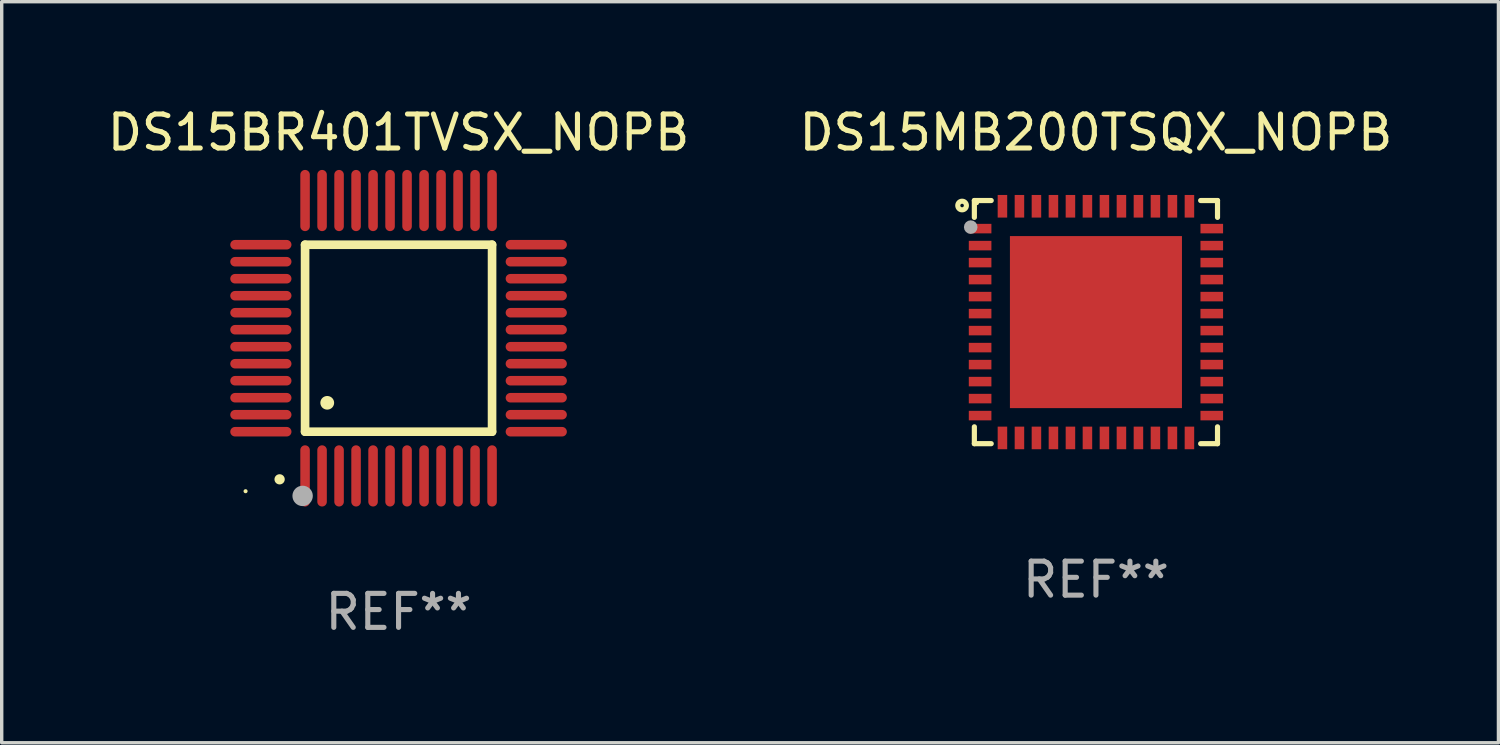
<source format=kicad_pcb>
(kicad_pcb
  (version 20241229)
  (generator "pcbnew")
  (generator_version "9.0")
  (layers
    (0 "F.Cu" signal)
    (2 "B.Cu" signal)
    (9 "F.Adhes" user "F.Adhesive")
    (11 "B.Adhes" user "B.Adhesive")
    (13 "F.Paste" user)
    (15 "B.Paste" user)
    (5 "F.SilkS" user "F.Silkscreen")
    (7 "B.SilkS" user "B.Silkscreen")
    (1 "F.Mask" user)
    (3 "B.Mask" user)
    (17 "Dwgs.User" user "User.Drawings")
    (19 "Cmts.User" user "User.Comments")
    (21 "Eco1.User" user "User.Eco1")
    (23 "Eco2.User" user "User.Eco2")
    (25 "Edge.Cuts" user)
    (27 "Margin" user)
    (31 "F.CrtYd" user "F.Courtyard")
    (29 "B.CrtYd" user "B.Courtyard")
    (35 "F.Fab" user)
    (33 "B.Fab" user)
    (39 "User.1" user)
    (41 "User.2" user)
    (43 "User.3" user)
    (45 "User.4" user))
  (footprint "DS15BR401TVSX_NOPB"
    (layer "F.Cu")
    (at 8.673 6.898)
    (property "Reference" "DS15BR401TVSX_NOPB" (at 0 -6.05 0) (layer "F.SilkS") (effects (font (size 1 1) (thickness 0.15))))
    (attr through_hole)
    (fp_line (start -2.75 -2.75) (end 2.75 -2.75) (stroke (width 0.254) (type solid)) (layer "F.SilkS"))
    (fp_line (start -2.75 2.75) (end -2.75 -2.75) (stroke (width 0.254) (type solid)) (layer "F.SilkS"))
    (fp_line (start 2.75 -2.75) (end 2.75 2.75) (stroke (width 0.254) (type solid)) (layer "F.SilkS"))
    (fp_line (start 2.75 2.75) (end -2.75 2.75) (stroke (width 0.254) (type solid)) (layer "F.SilkS"))
    (fp_arc (start -3.500127 4.150368) (mid -3.498857 4.150363) (end -3.497587 4.150368) (stroke (width 0.3) (type solid)) (layer "F.SilkS"))
    (fp_arc (start -2.100584 1.899924) (mid -2.098044 1.899908) (end -2.095504 1.899924) (stroke (width 0.4) (type solid)) (layer "F.SilkS"))
    (fp_circle (center -4.5 4.5) (end -4.47 4.5) (stroke (width 0.06) (type solid)) (fill no) (layer "F.SilkS"))
    (fp_circle (center -2.822 4.638) (end -2.672 4.638) (stroke (width 0.3) (type solid)) (fill no) (layer "F.Fab"))
    (fp_text user "REF**" (at 0 8.05 0) (layer "F.Fab") (effects (font (size 1 1) (thickness 0.15))))
    (pad "1" smd oval (at -2.75 4.05) (size 0.28 1.8) (layers "F.Cu" "F.Mask" "F.Paste"))
    (pad "2" smd oval (at -2.25 4.05) (size 0.28 1.8) (layers "F.Cu" "F.Mask" "F.Paste"))
    (pad "3" smd oval (at -1.75 4.05) (size 0.28 1.8) (layers "F.Cu" "F.Mask" "F.Paste"))
    (pad "4" smd oval (at -1.25 4.05) (size 0.28 1.8) (layers "F.Cu" "F.Mask" "F.Paste"))
    (pad "5" smd oval (at -0.75 4.05) (size 0.28 1.8) (layers "F.Cu" "F.Mask" "F.Paste"))
    (pad "6" smd oval (at -0.25 4.05) (size 0.28 1.8) (layers "F.Cu" "F.Mask" "F.Paste"))
    (pad "7" smd oval (at 0.25 4.05) (size 0.28 1.8) (layers "F.Cu" "F.Mask" "F.Paste"))
    (pad "8" smd oval (at 0.75 4.05) (size 0.28 1.8) (layers "F.Cu" "F.Mask" "F.Paste"))
    (pad "9" smd oval (at 1.25 4.05) (size 0.28 1.8) (layers "F.Cu" "F.Mask" "F.Paste"))
    (pad "10" smd oval (at 1.75 4.05) (size 0.28 1.8) (layers "F.Cu" "F.Mask" "F.Paste"))
    (pad "11" smd oval (at 2.25 4.05) (size 0.28 1.8) (layers "F.Cu" "F.Mask" "F.Paste"))
    (pad "12" smd oval (at 2.75 4.05) (size 0.28 1.8) (layers "F.Cu" "F.Mask" "F.Paste"))
    (pad "13" smd oval (at 4.05 2.75) (size 1.8 0.28) (layers "F.Cu" "F.Mask" "F.Paste"))
    (pad "14" smd oval (at 4.05 2.25) (size 1.8 0.28) (layers "F.Cu" "F.Mask" "F.Paste"))
    (pad "15" smd oval (at 4.05 1.75) (size 1.8 0.28) (layers "F.Cu" "F.Mask" "F.Paste"))
    (pad "16" smd oval (at 4.05 1.25) (size 1.8 0.28) (layers "F.Cu" "F.Mask" "F.Paste"))
    (pad "17" smd oval (at 4.05 0.75) (size 1.8 0.28) (layers "F.Cu" "F.Mask" "F.Paste"))
    (pad "18" smd oval (at 4.05 0.25) (size 1.8 0.28) (layers "F.Cu" "F.Mask" "F.Paste"))
    (pad "19" smd oval (at 4.05 -0.25) (size 1.8 0.28) (layers "F.Cu" "F.Mask" "F.Paste"))
    (pad "20" smd oval (at 4.05 -0.75) (size 1.8 0.28) (layers "F.Cu" "F.Mask" "F.Paste"))
    (pad "21" smd oval (at 4.05 -1.25) (size 1.8 0.28) (layers "F.Cu" "F.Mask" "F.Paste"))
    (pad "22" smd oval (at 4.05 -1.75) (size 1.8 0.28) (layers "F.Cu" "F.Mask" "F.Paste"))
    (pad "23" smd oval (at 4.05 -2.25) (size 1.8 0.28) (layers "F.Cu" "F.Mask" "F.Paste"))
    (pad "24" smd oval (at 4.05 -2.75) (size 1.8 0.28) (layers "F.Cu" "F.Mask" "F.Paste"))
    (pad "25" smd oval (at 2.75 -4.05) (size 0.28 1.8) (layers "F.Cu" "F.Mask" "F.Paste"))
    (pad "26" smd oval (at 2.25 -4.05) (size 0.28 1.8) (layers "F.Cu" "F.Mask" "F.Paste"))
    (pad "27" smd oval (at 1.75 -4.05) (size 0.28 1.8) (layers "F.Cu" "F.Mask" "F.Paste"))
    (pad "28" smd oval (at 1.25 -4.05) (size 0.28 1.8) (layers "F.Cu" "F.Mask" "F.Paste"))
    (pad "29" smd oval (at 0.75 -4.05) (size 0.28 1.8) (layers "F.Cu" "F.Mask" "F.Paste"))
    (pad "30" smd oval (at 0.25 -4.05) (size 0.28 1.8) (layers "F.Cu" "F.Mask" "F.Paste"))
    (pad "31" smd oval (at -0.25 -4.05) (size 0.28 1.8) (layers "F.Cu" "F.Mask" "F.Paste"))
    (pad "32" smd oval (at -0.75 -4.05) (size 0.28 1.8) (layers "F.Cu" "F.Mask" "F.Paste"))
    (pad "33" smd oval (at -1.25 -4.05) (size 0.28 1.8) (layers "F.Cu" "F.Mask" "F.Paste"))
    (pad "34" smd oval (at -1.75 -4.05) (size 0.28 1.8) (layers "F.Cu" "F.Mask" "F.Paste"))
    (pad "35" smd oval (at -2.25 -4.05) (size 0.28 1.8) (layers "F.Cu" "F.Mask" "F.Paste"))
    (pad "36" smd oval (at -2.75 -4.05) (size 0.28 1.8) (layers "F.Cu" "F.Mask" "F.Paste"))
    (pad "37" smd oval (at -4.05 -2.75) (size 1.8 0.28) (layers "F.Cu" "F.Mask" "F.Paste"))
    (pad "38" smd oval (at -4.05 -2.25) (size 1.8 0.28) (layers "F.Cu" "F.Mask" "F.Paste"))
    (pad "39" smd oval (at -4.05 -1.75) (size 1.8 0.28) (layers "F.Cu" "F.Mask" "F.Paste"))
    (pad "40" smd oval (at -4.05 -1.25) (size 1.8 0.28) (layers "F.Cu" "F.Mask" "F.Paste"))
    (pad "41" smd oval (at -4.05 -0.75) (size 1.8 0.28) (layers "F.Cu" "F.Mask" "F.Paste"))
    (pad "42" smd oval (at -4.05 -0.25) (size 1.8 0.28) (layers "F.Cu" "F.Mask" "F.Paste"))
    (pad "43" smd oval (at -4.05 0.25) (size 1.8 0.28) (layers "F.Cu" "F.Mask" "F.Paste"))
    (pad "44" smd oval (at -4.05 0.75) (size 1.8 0.28) (layers "F.Cu" "F.Mask" "F.Paste"))
    (pad "45" smd oval (at -4.05 1.25) (size 1.8 0.28) (layers "F.Cu" "F.Mask" "F.Paste"))
    (pad "46" smd oval (at -4.05 1.75) (size 1.8 0.28) (layers "F.Cu" "F.Mask" "F.Paste"))
    (pad "47" smd oval (at -4.05 2.25) (size 1.8 0.28) (layers "F.Cu" "F.Mask" "F.Paste"))
    (pad "48" smd oval (at -4.05 2.75) (size 1.8 0.28) (layers "F.Cu" "F.Mask" "F.Paste")))
  (footprint "DS15MB200TSQX_NOPB"
    (layer "F.Cu")
    (at 29.185 6.424)
    (property "Reference" "DS15MB200TSQX_NOPB" (at 0 -5.576 0) (layer "F.SilkS") (effects (font (size 1 1) (thickness 0.15))))
    (attr through_hole)
    (fp_line (start -3.576 -3.576) (end -3.576 -3.08) (stroke (width 0.152) (type solid)) (layer "F.SilkS"))
    (fp_line (start -3.576 3.576) (end -3.576 3.08) (stroke (width 0.152) (type solid)) (layer "F.SilkS"))
    (fp_line (start -3.08 -3.576) (end -3.576 -3.576) (stroke (width 0.152) (type solid)) (layer "F.SilkS"))
    (fp_line (start -3.08 3.576) (end -3.576 3.576) (stroke (width 0.152) (type solid)) (layer "F.SilkS"))
    (fp_line (start 3.08 -3.576) (end 3.576 -3.576) (stroke (width 0.152) (type solid)) (layer "F.SilkS"))
    (fp_line (start 3.08 3.576) (end 3.576 3.576) (stroke (width 0.152) (type solid)) (layer "F.SilkS"))
    (fp_line (start 3.576 -3.576) (end 3.576 -3.08) (stroke (width 0.152) (type solid)) (layer "F.SilkS"))
    (fp_line (start 3.576 3.576) (end 3.576 3.08) (stroke (width 0.152) (type solid)) (layer "F.SilkS"))
    (fp_circle (center -3.937 -3.429) (end -3.81 -3.429) (stroke (width 0.15) (type solid)) (fill no) (layer "F.SilkS"))
    (fp_circle (center -3.5 -3.5) (end -3.47 -3.5) (stroke (width 0.06) (type solid)) (fill no) (layer "F.SilkS"))
    (fp_circle (center -3.683 -2.794) (end -3.583 -2.794) (stroke (width 0.2) (type solid)) (fill no) (layer "F.Fab"))
    (fp_text user "REF**" (at 0 7.576 0) (layer "F.Fab") (effects (font (size 1 1) (thickness 0.15))))
    (pad "1" smd rect (at -3.407 -2.75) (size 0.665 0.28) (layers "F.Cu" "F.Mask" "F.Paste"))
    (pad "2" smd rect (at -3.407 -2.25) (size 0.665 0.28) (layers "F.Cu" "F.Mask" "F.Paste"))
    (pad "3" smd rect (at -3.407 -1.75) (size 0.665 0.28) (layers "F.Cu" "F.Mask" "F.Paste"))
    (pad "4" smd rect (at -3.407 -1.25) (size 0.665 0.28) (layers "F.Cu" "F.Mask" "F.Paste"))
    (pad "5" smd rect (at -3.407 -0.75) (size 0.665 0.28) (layers "F.Cu" "F.Mask" "F.Paste"))
    (pad "6" smd rect (at -3.407 -0.25) (size 0.665 0.28) (layers "F.Cu" "F.Mask" "F.Paste"))
    (pad "7" smd rect (at -3.407 0.25) (size 0.665 0.28) (layers "F.Cu" "F.Mask" "F.Paste"))
    (pad "8" smd rect (at -3.407 0.75) (size 0.665 0.28) (layers "F.Cu" "F.Mask" "F.Paste"))
    (pad "9" smd rect (at -3.407 1.25) (size 0.665 0.28) (layers "F.Cu" "F.Mask" "F.Paste"))
    (pad "10" smd rect (at -3.407 1.75) (size 0.665 0.28) (layers "F.Cu" "F.Mask" "F.Paste"))
    (pad "11" smd rect (at -3.407 2.25) (size 0.665 0.28) (layers "F.Cu" "F.Mask" "F.Paste"))
    (pad "12" smd rect (at -3.407 2.75) (size 0.665 0.28) (layers "F.Cu" "F.Mask" "F.Paste"))
    (pad "13" smd rect (at -2.75 3.407) (size 0.28 0.665) (layers "F.Cu" "F.Mask" "F.Paste"))
    (pad "14" smd rect (at -2.25 3.407) (size 0.28 0.665) (layers "F.Cu" "F.Mask" "F.Paste"))
    (pad "15" smd rect (at -1.75 3.407) (size 0.28 0.665) (layers "F.Cu" "F.Mask" "F.Paste"))
    (pad "16" smd rect (at -1.25 3.407) (size 0.28 0.665) (layers "F.Cu" "F.Mask" "F.Paste"))
    (pad "17" smd rect (at -0.75 3.407) (size 0.28 0.665) (layers "F.Cu" "F.Mask" "F.Paste"))
    (pad "18" smd rect (at -0.25 3.407) (size 0.28 0.665) (layers "F.Cu" "F.Mask" "F.Paste"))
    (pad "19" smd rect (at 0.25 3.407) (size 0.28 0.665) (layers "F.Cu" "F.Mask" "F.Paste"))
    (pad "20" smd rect (at 0.75 3.407) (size 0.28 0.665) (layers "F.Cu" "F.Mask" "F.Paste"))
    (pad "21" smd rect (at 1.25 3.407) (size 0.28 0.665) (layers "F.Cu" "F.Mask" "F.Paste"))
    (pad "22" smd rect (at 1.75 3.407) (size 0.28 0.665) (layers "F.Cu" "F.Mask" "F.Paste"))
    (pad "23" smd rect (at 2.25 3.407) (size 0.28 0.665) (layers "F.Cu" "F.Mask" "F.Paste"))
    (pad "24" smd rect (at 2.75 3.407) (size 0.28 0.665) (layers "F.Cu" "F.Mask" "F.Paste"))
    (pad "25" smd rect (at 3.407 2.75) (size 0.665 0.28) (layers "F.Cu" "F.Mask" "F.Paste"))
    (pad "26" smd rect (at 3.407 2.25) (size 0.665 0.28) (layers "F.Cu" "F.Mask" "F.Paste"))
    (pad "27" smd rect (at 3.407 1.75) (size 0.665 0.28) (layers "F.Cu" "F.Mask" "F.Paste"))
    (pad "28" smd rect (at 3.407 1.25) (size 0.665 0.28) (layers "F.Cu" "F.Mask" "F.Paste"))
    (pad "29" smd rect (at 3.407 0.75) (size 0.665 0.28) (layers "F.Cu" "F.Mask" "F.Paste"))
    (pad "30" smd rect (at 3.407 0.25) (size 0.665 0.28) (layers "F.Cu" "F.Mask" "F.Paste"))
    (pad "31" smd rect (at 3.407 -0.25) (size 0.665 0.28) (layers "F.Cu" "F.Mask" "F.Paste"))
    (pad "32" smd rect (at 3.407 -0.75) (size 0.665 0.28) (layers "F.Cu" "F.Mask" "F.Paste"))
    (pad "33" smd rect (at 3.407 -1.25) (size 0.665 0.28) (layers "F.Cu" "F.Mask" "F.Paste"))
    (pad "34" smd rect (at 3.407 -1.75) (size 0.665 0.28) (layers "F.Cu" "F.Mask" "F.Paste"))
    (pad "35" smd rect (at 3.407 -2.25) (size 0.665 0.28) (layers "F.Cu" "F.Mask" "F.Paste"))
    (pad "36" smd rect (at 3.407 -2.75) (size 0.665 0.28) (layers "F.Cu" "F.Mask" "F.Paste"))
    (pad "37" smd rect (at 2.75 -3.407) (size 0.28 0.665) (layers "F.Cu" "F.Mask" "F.Paste"))
    (pad "38" smd rect (at 2.25 -3.407) (size 0.28 0.665) (layers "F.Cu" "F.Mask" "F.Paste"))
    (pad "39" smd rect (at 1.75 -3.407) (size 0.28 0.665) (layers "F.Cu" "F.Mask" "F.Paste"))
    (pad "40" smd rect (at 1.25 -3.407) (size 0.28 0.665) (layers "F.Cu" "F.Mask" "F.Paste"))
    (pad "41" smd rect (at 0.75 -3.407) (size 0.28 0.665) (layers "F.Cu" "F.Mask" "F.Paste"))
    (pad "42" smd rect (at 0.25 -3.407) (size 0.28 0.665) (layers "F.Cu" "F.Mask" "F.Paste"))
    (pad "43" smd rect (at -0.25 -3.407) (size 0.28 0.665) (layers "F.Cu" "F.Mask" "F.Paste"))
    (pad "44" smd rect (at -0.75 -3.407) (size 0.28 0.665) (layers "F.Cu" "F.Mask" "F.Paste"))
    (pad "45" smd rect (at -1.25 -3.407) (size 0.28 0.665) (layers "F.Cu" "F.Mask" "F.Paste"))
    (pad "46" smd rect (at -1.75 -3.407) (size 0.28 0.665) (layers "F.Cu" "F.Mask" "F.Paste"))
    (pad "47" smd rect (at -2.25 -3.407) (size 0.28 0.665) (layers "F.Cu" "F.Mask" "F.Paste"))
    (pad "48" smd rect (at -2.75 -3.407) (size 0.28 0.665) (layers "F.Cu" "F.Mask" "F.Paste"))
    (pad "49" smd rect (at 0 0) (size 5.06 5.06) (layers "F.Cu" "F.Mask" "F.Paste")))
  (gr_rect
    (start -3 -3)
    (end 41.024 18.797)
    (stroke (width 0.1) (type default))
    (fill no)
    (layer "Edge.Cuts")))
</source>
